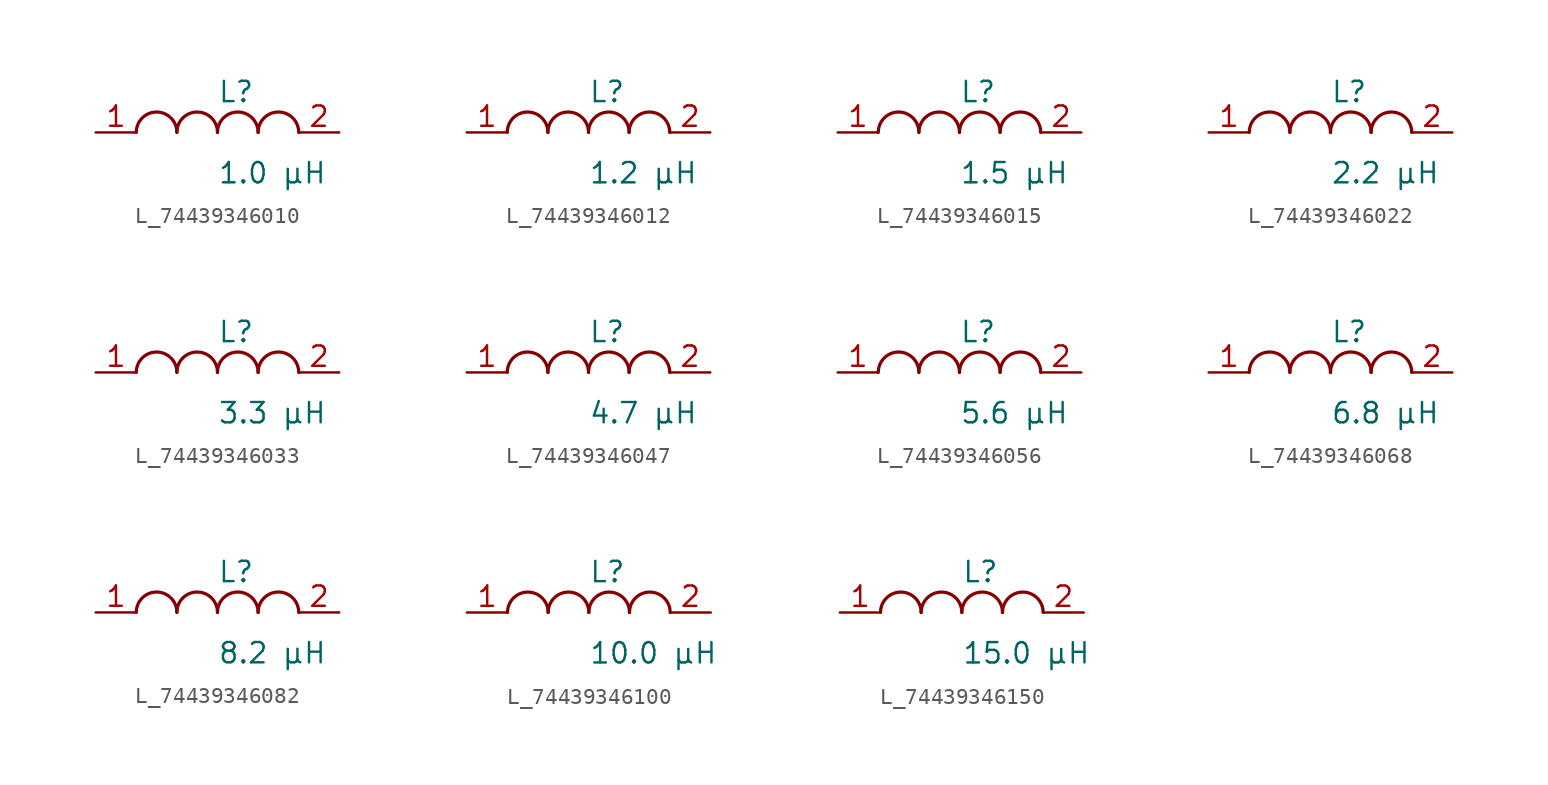
<source format=kicad_sym>
(kicad_symbol_lib
  (version 20231120)
  (generator kicad_symbol_editor)
  (generator_version 8.0)
  (symbol "L_74439346010"
    (pin_names
      (offset 0.254))
    (property "Reference" "L"
      (at 0 2.54 0)
      (effects (font (size 1.27 1.27)) (justify left)))
    (property "Value" "1.0 µH"
      (at 0 -2.54 0)
      (effects (font (size 1.27 1.27)) (justify left)))
    (symbol "L_74439346010_1_1"
      (arc (start -2.54 0.0056) (mid -3.81 1.27) (end -5.08 0.0056) (stroke (width 0.2032) (type default)) (fill (type none)))
      (arc (start 0 0.0056) (mid -1.27 1.27) (end -2.54 0.0056) (stroke (width 0.2032) (type default)) (fill (type none)))
      (arc (start 2.54 0.0056) (mid 1.27 1.27) (end 0 0.0056) (stroke (width 0.2032) (type default)) (fill (type none)))
      (arc (start 5.08 0.0056) (mid 3.81 1.27) (end 2.54 0.0056) (stroke (width 0.2032) (type default)) (fill (type none)))
      (pin passive line (at -7.62 0 0) (length 2.54) (name "" (effects (font (size 1.27 1.27)))) (number "1" (effects (font (size 1.27 1.27)))))
      (pin passive line (at 7.62 0 180) (length 2.54) (name "" (effects (font (size 1.27 1.27)))) (number "2" (effects (font (size 1.27 1.27)))))))
  (symbol "L_74439346012"
    (pin_names
      (offset 0.254))
    (property "Reference" "L"
      (at 0 2.54 0)
      (effects (font (size 1.27 1.27)) (justify left)))
    (property "Value" "1.2 µH"
      (at 0 -2.54 0)
      (effects (font (size 1.27 1.27)) (justify left)))
    (symbol "L_74439346012_1_1"
      (arc (start -2.54 0.0056) (mid -3.81 1.27) (end -5.08 0.0056) (stroke (width 0.2032) (type default)) (fill (type none)))
      (arc (start 0 0.0056) (mid -1.27 1.27) (end -2.54 0.0056) (stroke (width 0.2032) (type default)) (fill (type none)))
      (arc (start 2.54 0.0056) (mid 1.27 1.27) (end 0 0.0056) (stroke (width 0.2032) (type default)) (fill (type none)))
      (arc (start 5.08 0.0056) (mid 3.81 1.27) (end 2.54 0.0056) (stroke (width 0.2032) (type default)) (fill (type none)))
      (pin passive line (at -7.62 0 0) (length 2.54) (name "" (effects (font (size 1.27 1.27)))) (number "1" (effects (font (size 1.27 1.27)))))
      (pin passive line (at 7.62 0 180) (length 2.54) (name "" (effects (font (size 1.27 1.27)))) (number "2" (effects (font (size 1.27 1.27)))))))
  (symbol "L_74439346015"
    (pin_names
      (offset 0.254))
    (property "Reference" "L"
      (at 0 2.54 0)
      (effects (font (size 1.27 1.27)) (justify left)))
    (property "Value" "1.5 µH"
      (at 0 -2.54 0)
      (effects (font (size 1.27 1.27)) (justify left)))
    (symbol "L_74439346015_1_1"
      (arc (start -2.54 0.0056) (mid -3.81 1.27) (end -5.08 0.0056) (stroke (width 0.2032) (type default)) (fill (type none)))
      (arc (start 0 0.0056) (mid -1.27 1.27) (end -2.54 0.0056) (stroke (width 0.2032) (type default)) (fill (type none)))
      (arc (start 2.54 0.0056) (mid 1.27 1.27) (end 0 0.0056) (stroke (width 0.2032) (type default)) (fill (type none)))
      (arc (start 5.08 0.0056) (mid 3.81 1.27) (end 2.54 0.0056) (stroke (width 0.2032) (type default)) (fill (type none)))
      (pin passive line (at -7.62 0 0) (length 2.54) (name "" (effects (font (size 1.27 1.27)))) (number "1" (effects (font (size 1.27 1.27)))))
      (pin passive line (at 7.62 0 180) (length 2.54) (name "" (effects (font (size 1.27 1.27)))) (number "2" (effects (font (size 1.27 1.27)))))))
  (symbol "L_74439346022"
    (pin_names
      (offset 0.254))
    (property "Reference" "L"
      (at 0 2.54 0)
      (effects (font (size 1.27 1.27)) (justify left)))
    (property "Value" "2.2 µH"
      (at 0 -2.54 0)
      (effects (font (size 1.27 1.27)) (justify left)))
    (symbol "L_74439346022_1_1"
      (arc (start -2.54 0.0056) (mid -3.81 1.27) (end -5.08 0.0056) (stroke (width 0.2032) (type default)) (fill (type none)))
      (arc (start 0 0.0056) (mid -1.27 1.27) (end -2.54 0.0056) (stroke (width 0.2032) (type default)) (fill (type none)))
      (arc (start 2.54 0.0056) (mid 1.27 1.27) (end 0 0.0056) (stroke (width 0.2032) (type default)) (fill (type none)))
      (arc (start 5.08 0.0056) (mid 3.81 1.27) (end 2.54 0.0056) (stroke (width 0.2032) (type default)) (fill (type none)))
      (pin passive line (at -7.62 0 0) (length 2.54) (name "" (effects (font (size 1.27 1.27)))) (number "1" (effects (font (size 1.27 1.27)))))
      (pin passive line (at 7.62 0 180) (length 2.54) (name "" (effects (font (size 1.27 1.27)))) (number "2" (effects (font (size 1.27 1.27)))))))
  (symbol "L_74439346033"
    (pin_names
      (offset 0.254))
    (property "Reference" "L"
      (at 0 2.54 0)
      (effects (font (size 1.27 1.27)) (justify left)))
    (property "Value" "3.3 µH"
      (at 0 -2.54 0)
      (effects (font (size 1.27 1.27)) (justify left)))
    (symbol "L_74439346033_1_1"
      (arc (start -2.54 0.0056) (mid -3.81 1.27) (end -5.08 0.0056) (stroke (width 0.2032) (type default)) (fill (type none)))
      (arc (start 0 0.0056) (mid -1.27 1.27) (end -2.54 0.0056) (stroke (width 0.2032) (type default)) (fill (type none)))
      (arc (start 2.54 0.0056) (mid 1.27 1.27) (end 0 0.0056) (stroke (width 0.2032) (type default)) (fill (type none)))
      (arc (start 5.08 0.0056) (mid 3.81 1.27) (end 2.54 0.0056) (stroke (width 0.2032) (type default)) (fill (type none)))
      (pin passive line (at -7.62 0 0) (length 2.54) (name "" (effects (font (size 1.27 1.27)))) (number "1" (effects (font (size 1.27 1.27)))))
      (pin passive line (at 7.62 0 180) (length 2.54) (name "" (effects (font (size 1.27 1.27)))) (number "2" (effects (font (size 1.27 1.27)))))))
  (symbol "L_74439346047"
    (pin_names
      (offset 0.254))
    (property "Reference" "L"
      (at 0 2.54 0)
      (effects (font (size 1.27 1.27)) (justify left)))
    (property "Value" "4.7 µH"
      (at 0 -2.54 0)
      (effects (font (size 1.27 1.27)) (justify left)))
    (symbol "L_74439346047_1_1"
      (arc (start -2.54 0.0056) (mid -3.81 1.27) (end -5.08 0.0056) (stroke (width 0.2032) (type default)) (fill (type none)))
      (arc (start 0 0.0056) (mid -1.27 1.27) (end -2.54 0.0056) (stroke (width 0.2032) (type default)) (fill (type none)))
      (arc (start 2.54 0.0056) (mid 1.27 1.27) (end 0 0.0056) (stroke (width 0.2032) (type default)) (fill (type none)))
      (arc (start 5.08 0.0056) (mid 3.81 1.27) (end 2.54 0.0056) (stroke (width 0.2032) (type default)) (fill (type none)))
      (pin passive line (at -7.62 0 0) (length 2.54) (name "" (effects (font (size 1.27 1.27)))) (number "1" (effects (font (size 1.27 1.27)))))
      (pin passive line (at 7.62 0 180) (length 2.54) (name "" (effects (font (size 1.27 1.27)))) (number "2" (effects (font (size 1.27 1.27)))))))
  (symbol "L_74439346056"
    (pin_names
      (offset 0.254))
    (property "Reference" "L"
      (at 0 2.54 0)
      (effects (font (size 1.27 1.27)) (justify left)))
    (property "Value" "5.6 µH"
      (at 0 -2.54 0)
      (effects (font (size 1.27 1.27)) (justify left)))
    (symbol "L_74439346056_1_1"
      (arc (start -2.54 0.0056) (mid -3.81 1.27) (end -5.08 0.0056) (stroke (width 0.2032) (type default)) (fill (type none)))
      (arc (start 0 0.0056) (mid -1.27 1.27) (end -2.54 0.0056) (stroke (width 0.2032) (type default)) (fill (type none)))
      (arc (start 2.54 0.0056) (mid 1.27 1.27) (end 0 0.0056) (stroke (width 0.2032) (type default)) (fill (type none)))
      (arc (start 5.08 0.0056) (mid 3.81 1.27) (end 2.54 0.0056) (stroke (width 0.2032) (type default)) (fill (type none)))
      (pin passive line (at -7.62 0 0) (length 2.54) (name "" (effects (font (size 1.27 1.27)))) (number "1" (effects (font (size 1.27 1.27)))))
      (pin passive line (at 7.62 0 180) (length 2.54) (name "" (effects (font (size 1.27 1.27)))) (number "2" (effects (font (size 1.27 1.27)))))))
  (symbol "L_74439346068"
    (pin_names
      (offset 0.254))
    (property "Reference" "L"
      (at 0 2.54 0)
      (effects (font (size 1.27 1.27)) (justify left)))
    (property "Value" "6.8 µH"
      (at 0 -2.54 0)
      (effects (font (size 1.27 1.27)) (justify left)))
    (symbol "L_74439346068_1_1"
      (arc (start -2.54 0.0056) (mid -3.81 1.27) (end -5.08 0.0056) (stroke (width 0.2032) (type default)) (fill (type none)))
      (arc (start 0 0.0056) (mid -1.27 1.27) (end -2.54 0.0056) (stroke (width 0.2032) (type default)) (fill (type none)))
      (arc (start 2.54 0.0056) (mid 1.27 1.27) (end 0 0.0056) (stroke (width 0.2032) (type default)) (fill (type none)))
      (arc (start 5.08 0.0056) (mid 3.81 1.27) (end 2.54 0.0056) (stroke (width 0.2032) (type default)) (fill (type none)))
      (pin passive line (at -7.62 0 0) (length 2.54) (name "" (effects (font (size 1.27 1.27)))) (number "1" (effects (font (size 1.27 1.27)))))
      (pin passive line (at 7.62 0 180) (length 2.54) (name "" (effects (font (size 1.27 1.27)))) (number "2" (effects (font (size 1.27 1.27)))))))
  (symbol "L_74439346082"
    (pin_names
      (offset 0.254))
    (property "Reference" "L"
      (at 0 2.54 0)
      (effects (font (size 1.27 1.27)) (justify left)))
    (property "Value" "8.2 µH"
      (at 0 -2.54 0)
      (effects (font (size 1.27 1.27)) (justify left)))
    (symbol "L_74439346082_1_1"
      (arc (start -2.54 0.0056) (mid -3.81 1.27) (end -5.08 0.0056) (stroke (width 0.2032) (type default)) (fill (type none)))
      (arc (start 0 0.0056) (mid -1.27 1.27) (end -2.54 0.0056) (stroke (width 0.2032) (type default)) (fill (type none)))
      (arc (start 2.54 0.0056) (mid 1.27 1.27) (end 0 0.0056) (stroke (width 0.2032) (type default)) (fill (type none)))
      (arc (start 5.08 0.0056) (mid 3.81 1.27) (end 2.54 0.0056) (stroke (width 0.2032) (type default)) (fill (type none)))
      (pin passive line (at -7.62 0 0) (length 2.54) (name "" (effects (font (size 1.27 1.27)))) (number "1" (effects (font (size 1.27 1.27)))))
      (pin passive line (at 7.62 0 180) (length 2.54) (name "" (effects (font (size 1.27 1.27)))) (number "2" (effects (font (size 1.27 1.27)))))))
  (symbol "L_74439346100"
    (pin_names
      (offset 0.254))
    (property "Reference" "L"
      (at 0 2.54 0)
      (effects (font (size 1.27 1.27)) (justify left)))
    (property "Value" "10.0 µH"
      (at 0 -2.54 0)
      (effects (font (size 1.27 1.27)) (justify left)))
    (symbol "L_74439346100_1_1"
      (arc (start -2.54 0.0056) (mid -3.81 1.27) (end -5.08 0.0056) (stroke (width 0.2032) (type default)) (fill (type none)))
      (arc (start 0 0.0056) (mid -1.27 1.27) (end -2.54 0.0056) (stroke (width 0.2032) (type default)) (fill (type none)))
      (arc (start 2.54 0.0056) (mid 1.27 1.27) (end 0 0.0056) (stroke (width 0.2032) (type default)) (fill (type none)))
      (arc (start 5.08 0.0056) (mid 3.81 1.27) (end 2.54 0.0056) (stroke (width 0.2032) (type default)) (fill (type none)))
      (pin passive line (at -7.62 0 0) (length 2.54) (name "" (effects (font (size 1.27 1.27)))) (number "1" (effects (font (size 1.27 1.27)))))
      (pin passive line (at 7.62 0 180) (length 2.54) (name "" (effects (font (size 1.27 1.27)))) (number "2" (effects (font (size 1.27 1.27)))))))
  (symbol "L_74439346150"
    (pin_names
      (offset 0.254))
    (property "Reference" "L"
      (at 0 2.54 0)
      (effects (font (size 1.27 1.27)) (justify left)))
    (property "Value" "15.0 µH"
      (at 0 -2.54 0)
      (effects (font (size 1.27 1.27)) (justify left)))
    (symbol "L_74439346150_1_1"
      (arc (start -2.54 0.0056) (mid -3.81 1.27) (end -5.08 0.0056) (stroke (width 0.2032) (type default)) (fill (type none)))
      (arc (start 0 0.0056) (mid -1.27 1.27) (end -2.54 0.0056) (stroke (width 0.2032) (type default)) (fill (type none)))
      (arc (start 2.54 0.0056) (mid 1.27 1.27) (end 0 0.0056) (stroke (width 0.2032) (type default)) (fill (type none)))
      (arc (start 5.08 0.0056) (mid 3.81 1.27) (end 2.54 0.0056) (stroke (width 0.2032) (type default)) (fill (type none)))
      (pin passive line (at -7.62 0 0) (length 2.54) (name "" (effects (font (size 1.27 1.27)))) (number "1" (effects (font (size 1.27 1.27)))))
      (pin passive line (at 7.62 0 180) (length 2.54) (name "" (effects (font (size 1.27 1.27)))) (number "2" (effects (font (size 1.27 1.27))))))))
</source>
